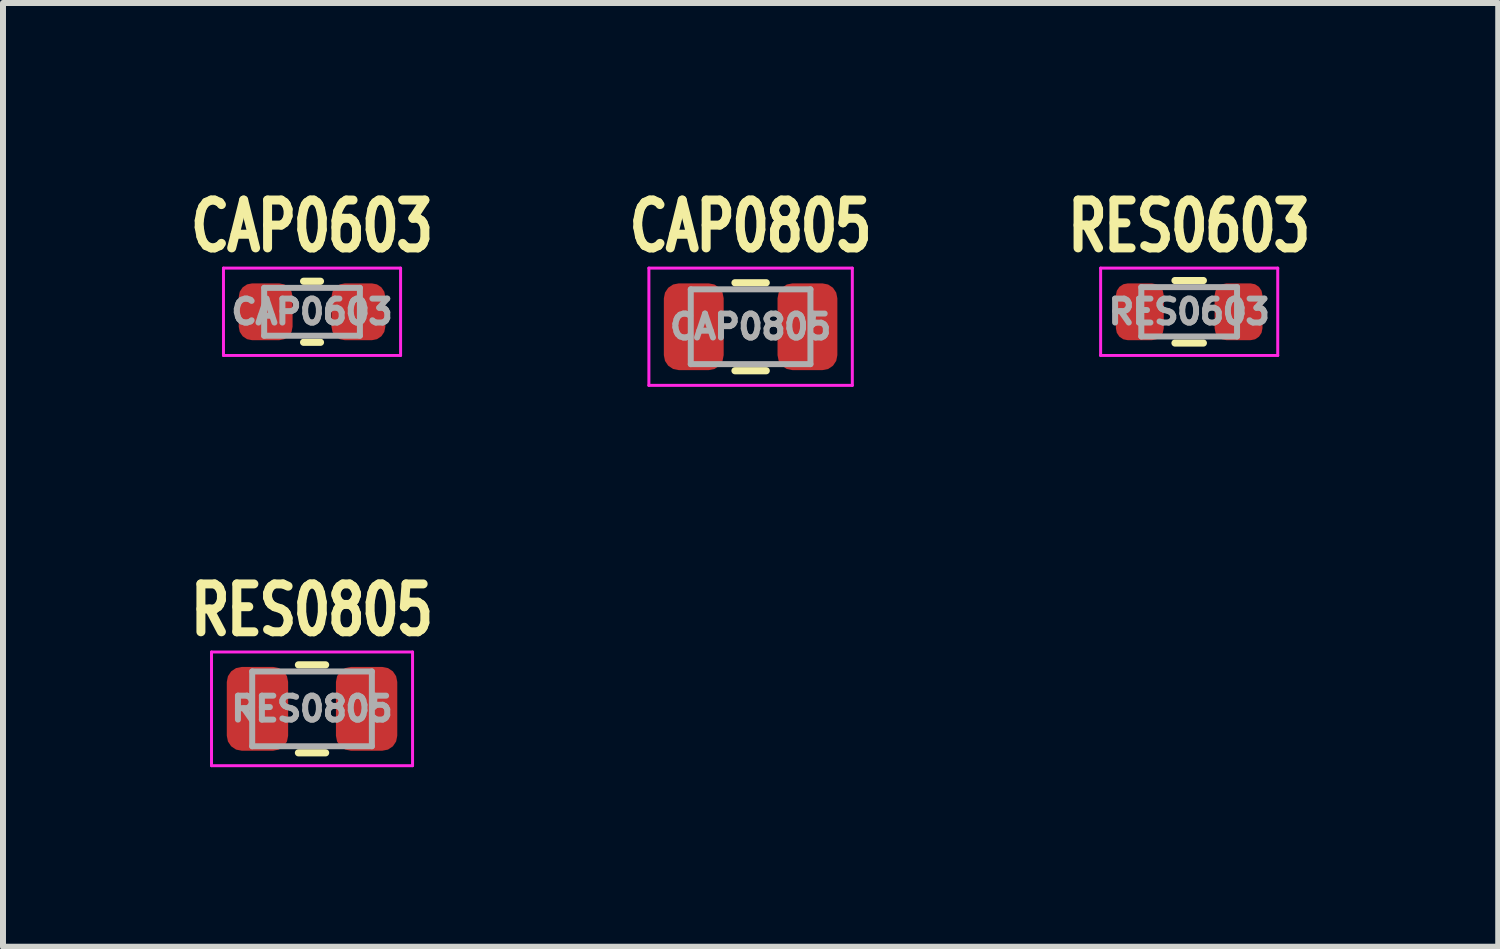
<source format=kicad_pcb>
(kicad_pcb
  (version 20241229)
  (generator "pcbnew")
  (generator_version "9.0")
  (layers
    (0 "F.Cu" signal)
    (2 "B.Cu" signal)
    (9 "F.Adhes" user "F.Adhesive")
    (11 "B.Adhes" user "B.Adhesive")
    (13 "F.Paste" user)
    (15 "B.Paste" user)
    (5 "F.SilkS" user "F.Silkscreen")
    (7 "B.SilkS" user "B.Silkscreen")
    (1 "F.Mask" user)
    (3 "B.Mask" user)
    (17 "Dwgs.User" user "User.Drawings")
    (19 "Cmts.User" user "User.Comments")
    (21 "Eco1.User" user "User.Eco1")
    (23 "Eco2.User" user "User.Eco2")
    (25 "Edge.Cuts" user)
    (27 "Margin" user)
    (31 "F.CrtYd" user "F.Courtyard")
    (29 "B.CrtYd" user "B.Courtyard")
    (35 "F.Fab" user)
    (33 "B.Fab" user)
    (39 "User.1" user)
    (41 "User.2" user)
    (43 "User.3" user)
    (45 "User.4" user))
  (footprint "CAP0603"
    (layer "F.Cu")
    (at 2.165 2.161)
    (property "Reference" "CAP0603" (at 0 -1.43 0) (layer "F.SilkS") (effects (font (size 0.8 0.6) (thickness 0.15))))
    (attr smd)
    (fp_line (start -0.141 -0.51) (end 0.141 -0.51) (stroke (width 0.12) (type solid)) (layer "F.SilkS"))
    (fp_line (start -0.141 0.51) (end 0.141 0.51) (stroke (width 0.12) (type solid)) (layer "F.SilkS"))
    (fp_line (start -1.48 -0.73) (end 1.48 -0.73) (stroke (width 0.05) (type solid)) (layer "F.CrtYd"))
    (fp_line (start -1.48 0.73) (end -1.48 -0.73) (stroke (width 0.05) (type solid)) (layer "F.CrtYd"))
    (fp_line (start 1.48 -0.73) (end 1.48 0.73) (stroke (width 0.05) (type solid)) (layer "F.CrtYd"))
    (fp_line (start 1.48 0.73) (end -1.48 0.73) (stroke (width 0.05) (type solid)) (layer "F.CrtYd"))
    (fp_line (start -0.8 -0.4) (end 0.8 -0.4) (stroke (width 0.1) (type solid)) (layer "F.Fab"))
    (fp_line (start -0.8 0.4) (end -0.8 -0.4) (stroke (width 0.1) (type solid)) (layer "F.Fab"))
    (fp_line (start 0.8 -0.4) (end 0.8 0.4) (stroke (width 0.1) (type solid)) (layer "F.Fab"))
    (fp_line (start 0.8 0.4) (end -0.8 0.4) (stroke (width 0.1) (type solid)) (layer "F.Fab"))
    (fp_text user "${REFERENCE}" (at 0 0 0) (layer "F.Fab") (effects (font (size 0.4 0.4) (thickness 0.1) (bold yes))))
    (pad "1" smd roundrect (at -0.775 0) (size 0.9 0.95) (layers "F.Cu" "F.Mask" "F.Paste") (roundrect_rratio 0.25))
    (pad "2" smd roundrect (at 0.775 0) (size 0.9 0.95) (layers "F.Cu" "F.Mask" "F.Paste") (roundrect_rratio 0.25)))
  (footprint "RES0805"
    (layer "F.Cu")
    (at 2.165 8.797)
    (property "Reference" "RES0805" (at 0 -1.65 0) (layer "F.SilkS") (effects (font (size 0.8 0.6) (thickness 0.15))))
    (attr smd)
    (fp_line (start -0.227 -0.735) (end 0.227 -0.735) (stroke (width 0.12) (type solid)) (layer "F.SilkS"))
    (fp_line (start -0.227 0.735) (end 0.227 0.735) (stroke (width 0.12) (type solid)) (layer "F.SilkS"))
    (fp_line (start -1.68 -0.95) (end 1.68 -0.95) (stroke (width 0.05) (type solid)) (layer "F.CrtYd"))
    (fp_line (start -1.68 0.95) (end -1.68 -0.95) (stroke (width 0.05) (type solid)) (layer "F.CrtYd"))
    (fp_line (start 1.68 -0.95) (end 1.68 0.95) (stroke (width 0.05) (type solid)) (layer "F.CrtYd"))
    (fp_line (start 1.68 0.95) (end -1.68 0.95) (stroke (width 0.05) (type solid)) (layer "F.CrtYd"))
    (fp_line (start -1 -0.625) (end 1 -0.625) (stroke (width 0.1) (type solid)) (layer "F.Fab"))
    (fp_line (start -1 0.625) (end -1 -0.625) (stroke (width 0.1) (type solid)) (layer "F.Fab"))
    (fp_line (start 1 -0.625) (end 1 0.625) (stroke (width 0.1) (type solid)) (layer "F.Fab"))
    (fp_line (start 1 0.625) (end -1 0.625) (stroke (width 0.1) (type solid)) (layer "F.Fab"))
    (fp_text user "${REFERENCE}" (at 0 0 0) (layer "F.Fab") (effects (font (size 0.4 0.4) (thickness 0.1) (bold yes))))
    (pad "1" smd roundrect (at -0.912 0) (size 1.025 1.4) (layers "F.Cu" "F.Mask" "F.Paste") (roundrect_rratio 0.244))
    (pad "2" smd roundrect (at 0.912 0) (size 1.025 1.4) (layers "F.Cu" "F.Mask" "F.Paste") (roundrect_rratio 0.244)))
  (footprint "RES0603"
    (layer "F.Cu")
    (at 16.825 2.161)
    (property "Reference" "RES0603" (at 0 -1.43 0) (layer "F.SilkS") (effects (font (size 0.8 0.6) (thickness 0.15))))
    (attr smd)
    (fp_line (start -0.237 -0.522) (end 0.237 -0.522) (stroke (width 0.12) (type solid)) (layer "F.SilkS"))
    (fp_line (start -0.237 0.522) (end 0.237 0.522) (stroke (width 0.12) (type solid)) (layer "F.SilkS"))
    (fp_line (start -1.48 -0.73) (end 1.48 -0.73) (stroke (width 0.05) (type solid)) (layer "F.CrtYd"))
    (fp_line (start -1.48 0.73) (end -1.48 -0.73) (stroke (width 0.05) (type solid)) (layer "F.CrtYd"))
    (fp_line (start 1.48 -0.73) (end 1.48 0.73) (stroke (width 0.05) (type solid)) (layer "F.CrtYd"))
    (fp_line (start 1.48 0.73) (end -1.48 0.73) (stroke (width 0.05) (type solid)) (layer "F.CrtYd"))
    (fp_line (start -0.8 -0.412) (end 0.8 -0.412) (stroke (width 0.1) (type solid)) (layer "F.Fab"))
    (fp_line (start -0.8 0.412) (end -0.8 -0.412) (stroke (width 0.1) (type solid)) (layer "F.Fab"))
    (fp_line (start 0.8 -0.412) (end 0.8 0.412) (stroke (width 0.1) (type solid)) (layer "F.Fab"))
    (fp_line (start 0.8 0.412) (end -0.8 0.412) (stroke (width 0.1) (type solid)) (layer "F.Fab"))
    (fp_text user "${REFERENCE}" (at 0 0 0) (layer "F.Fab") (effects (font (size 0.4 0.4) (thickness 0.1) (bold yes))))
    (pad "1" smd roundrect (at -0.825 0) (size 0.8 0.95) (layers "F.Cu" "F.Mask" "F.Paste") (roundrect_rratio 0.25))
    (pad "2" smd roundrect (at 0.825 0) (size 0.8 0.95) (layers "F.Cu" "F.Mask" "F.Paste") (roundrect_rratio 0.25)))
  (footprint "CAP0805"
    (layer "F.Cu")
    (at 9.495 2.411)
    (property "Reference" "CAP0805" (at 0 -1.68 0) (layer "F.SilkS") (effects (font (size 0.8 0.6) (thickness 0.15))))
    (attr smd)
    (fp_line (start -0.261 -0.735) (end 0.261 -0.735) (stroke (width 0.12) (type solid)) (layer "F.SilkS"))
    (fp_line (start -0.261 0.735) (end 0.261 0.735) (stroke (width 0.12) (type solid)) (layer "F.SilkS"))
    (fp_line (start -1.7 -0.98) (end 1.7 -0.98) (stroke (width 0.05) (type solid)) (layer "F.CrtYd"))
    (fp_line (start -1.7 0.98) (end -1.7 -0.98) (stroke (width 0.05) (type solid)) (layer "F.CrtYd"))
    (fp_line (start 1.7 -0.98) (end 1.7 0.98) (stroke (width 0.05) (type solid)) (layer "F.CrtYd"))
    (fp_line (start 1.7 0.98) (end -1.7 0.98) (stroke (width 0.05) (type solid)) (layer "F.CrtYd"))
    (fp_line (start -1 -0.625) (end 1 -0.625) (stroke (width 0.1) (type solid)) (layer "F.Fab"))
    (fp_line (start -1 0.625) (end -1 -0.625) (stroke (width 0.1) (type solid)) (layer "F.Fab"))
    (fp_line (start 1 -0.625) (end 1 0.625) (stroke (width 0.1) (type solid)) (layer "F.Fab"))
    (fp_line (start 1 0.625) (end -1 0.625) (stroke (width 0.1) (type solid)) (layer "F.Fab"))
    (fp_text user "${REFERENCE}" (at 0 0 0) (layer "F.Fab") (effects (font (size 0.4 0.4) (thickness 0.1) (bold yes))))
    (pad "1" smd roundrect (at -0.95 0) (size 1 1.45) (layers "F.Cu" "F.Mask" "F.Paste") (roundrect_rratio 0.25))
    (pad "2" smd roundrect (at 0.95 0) (size 1 1.45) (layers "F.Cu" "F.Mask" "F.Paste") (roundrect_rratio 0.25)))
  (gr_rect
    (start -3 -3)
    (end 21.99 12.773)
    (stroke (width 0.1) (type default))
    (fill no)
    (layer "Edge.Cuts")))
</source>
